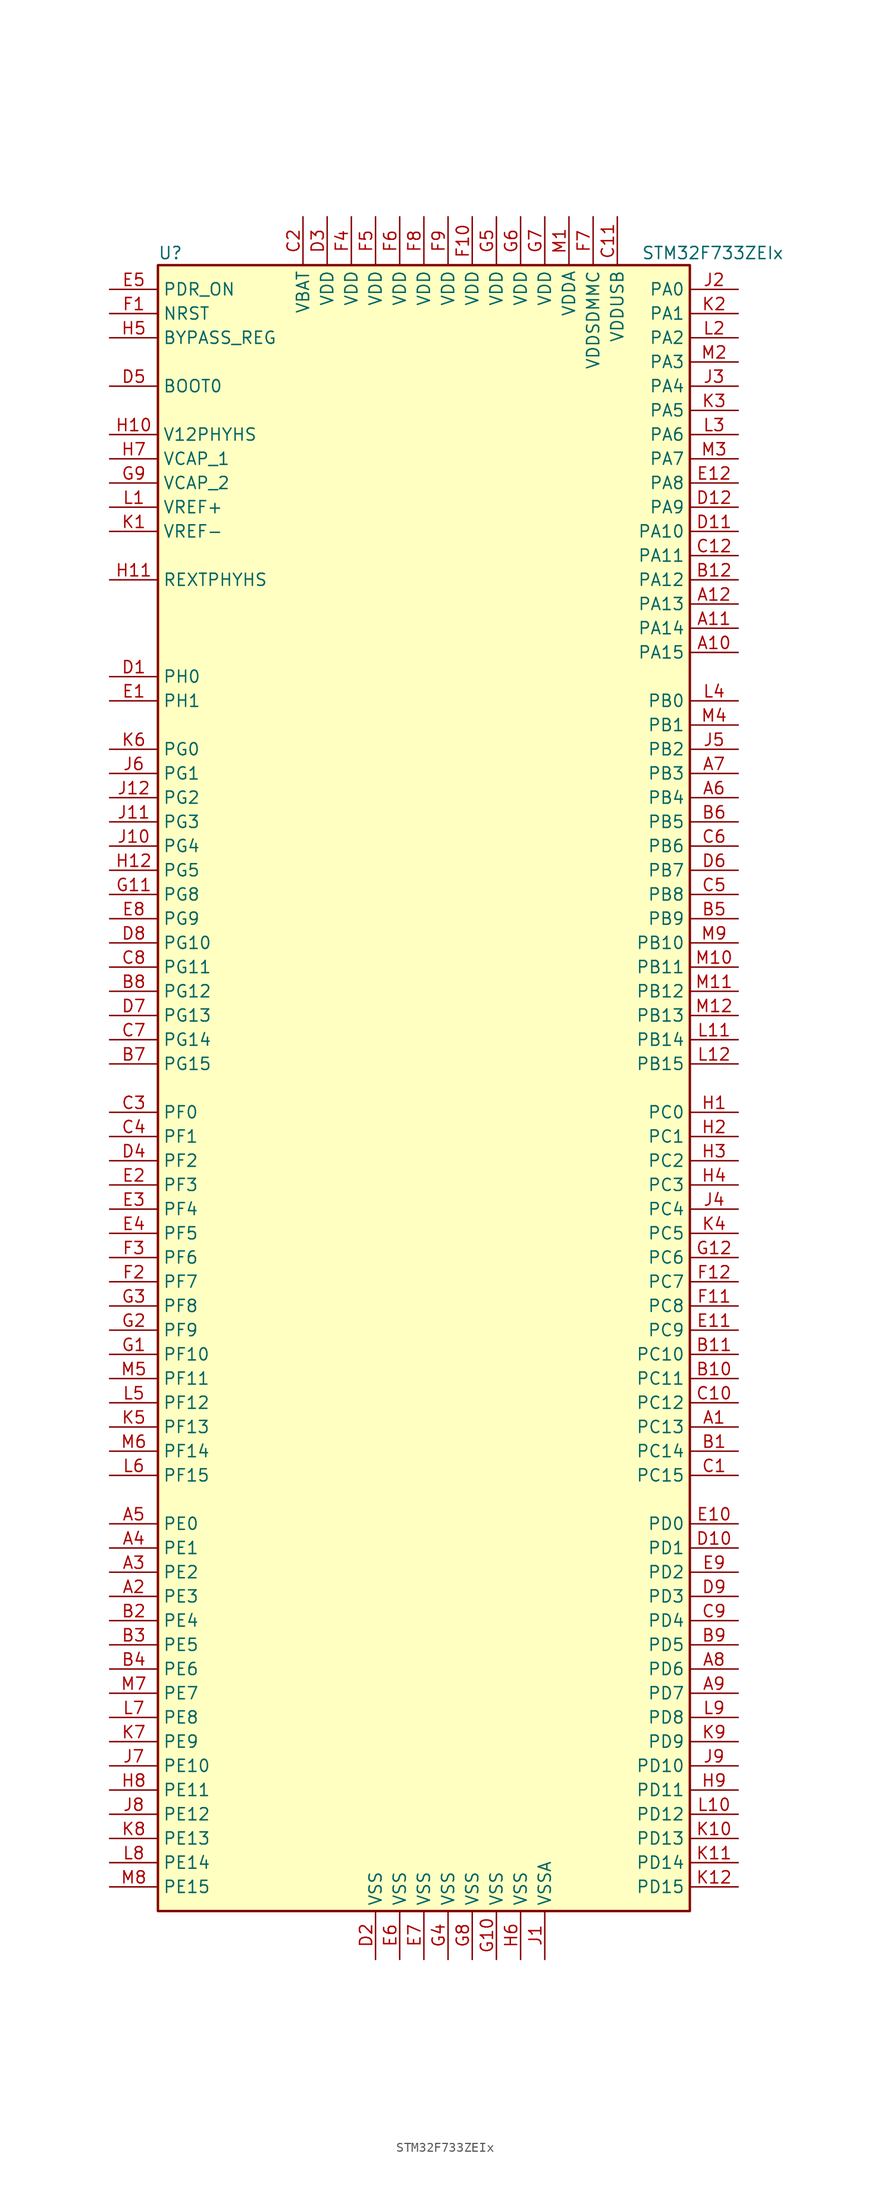
<source format=kicad_sym>
(kicad_symbol_lib
  (version 20201005)
  (generator kicad_symbol_editor)
  (symbol "STM32F733ZEIx"
    (property "Reference" "U"
      (at -27.94 87.63 0)
      (effects (font (size 1.27 1.27)) (justify left)))
    (property "Value" "STM32F733ZEIx"
      (at 22.86 87.63 0)
      (effects (font (size 1.27 1.27)) (justify left)))
    (symbol "STM32F733ZEIx_0_1"
      (rectangle (start -27.94 -86.36) (end 27.94 86.36) (stroke (width 0.254)) (fill (type background))))
    (symbol "STM32F733ZEIx_1_1"
      (pin input line (at -33.02 73.66 0) (length 5.08) (name "BOOT0" (effects (font (size 1.27 1.27)))) (number "D5" (effects (font (size 1.27 1.27)))))
      (pin input line (at -33.02 78.74 0) (length 5.08) (name "BYPASS_REG" (effects (font (size 1.27 1.27)))) (number "H5" (effects (font (size 1.27 1.27)))))
      (pin input line (at -33.02 81.28 0) (length 5.08) (name "NRST" (effects (font (size 1.27 1.27)))) (number "F1" (effects (font (size 1.27 1.27)))))
      (pin bidirectional line (at 33.02 83.82 180) (length 5.08) (name "PA0" (effects (font (size 1.27 1.27)))) (number "J2" (effects (font (size 1.27 1.27)))))
      (pin bidirectional line (at 33.02 81.28 180) (length 5.08) (name "PA1" (effects (font (size 1.27 1.27)))) (number "K2" (effects (font (size 1.27 1.27)))))
      (pin bidirectional line (at 33.02 58.42 180) (length 5.08) (name "PA10" (effects (font (size 1.27 1.27)))) (number "D11" (effects (font (size 1.27 1.27)))))
      (pin bidirectional line (at 33.02 55.88 180) (length 5.08) (name "PA11" (effects (font (size 1.27 1.27)))) (number "C12" (effects (font (size 1.27 1.27)))))
      (pin bidirectional line (at 33.02 53.34 180) (length 5.08) (name "PA12" (effects (font (size 1.27 1.27)))) (number "B12" (effects (font (size 1.27 1.27)))))
      (pin bidirectional line (at 33.02 50.8 180) (length 5.08) (name "PA13" (effects (font (size 1.27 1.27)))) (number "A12" (effects (font (size 1.27 1.27)))))
      (pin bidirectional line (at 33.02 48.26 180) (length 5.08) (name "PA14" (effects (font (size 1.27 1.27)))) (number "A11" (effects (font (size 1.27 1.27)))))
      (pin bidirectional line (at 33.02 45.72 180) (length 5.08) (name "PA15" (effects (font (size 1.27 1.27)))) (number "A10" (effects (font (size 1.27 1.27)))))
      (pin bidirectional line (at 33.02 78.74 180) (length 5.08) (name "PA2" (effects (font (size 1.27 1.27)))) (number "L2" (effects (font (size 1.27 1.27)))))
      (pin bidirectional line (at 33.02 76.2 180) (length 5.08) (name "PA3" (effects (font (size 1.27 1.27)))) (number "M2" (effects (font (size 1.27 1.27)))))
      (pin bidirectional line (at 33.02 73.66 180) (length 5.08) (name "PA4" (effects (font (size 1.27 1.27)))) (number "J3" (effects (font (size 1.27 1.27)))))
      (pin bidirectional line (at 33.02 71.12 180) (length 5.08) (name "PA5" (effects (font (size 1.27 1.27)))) (number "K3" (effects (font (size 1.27 1.27)))))
      (pin bidirectional line (at 33.02 68.58 180) (length 5.08) (name "PA6" (effects (font (size 1.27 1.27)))) (number "L3" (effects (font (size 1.27 1.27)))))
      (pin bidirectional line (at 33.02 66.04 180) (length 5.08) (name "PA7" (effects (font (size 1.27 1.27)))) (number "M3" (effects (font (size 1.27 1.27)))))
      (pin bidirectional line (at 33.02 63.5 180) (length 5.08) (name "PA8" (effects (font (size 1.27 1.27)))) (number "E12" (effects (font (size 1.27 1.27)))))
      (pin bidirectional line (at 33.02 60.96 180) (length 5.08) (name "PA9" (effects (font (size 1.27 1.27)))) (number "D12" (effects (font (size 1.27 1.27)))))
      (pin bidirectional line (at 33.02 40.64 180) (length 5.08) (name "PB0" (effects (font (size 1.27 1.27)))) (number "L4" (effects (font (size 1.27 1.27)))))
      (pin bidirectional line (at 33.02 38.1 180) (length 5.08) (name "PB1" (effects (font (size 1.27 1.27)))) (number "M4" (effects (font (size 1.27 1.27)))))
      (pin bidirectional line (at 33.02 15.24 180) (length 5.08) (name "PB10" (effects (font (size 1.27 1.27)))) (number "M9" (effects (font (size 1.27 1.27)))))
      (pin bidirectional line (at 33.02 12.7 180) (length 5.08) (name "PB11" (effects (font (size 1.27 1.27)))) (number "M10" (effects (font (size 1.27 1.27)))))
      (pin bidirectional line (at 33.02 10.16 180) (length 5.08) (name "PB12" (effects (font (size 1.27 1.27)))) (number "M11" (effects (font (size 1.27 1.27)))))
      (pin bidirectional line (at 33.02 7.62 180) (length 5.08) (name "PB13" (effects (font (size 1.27 1.27)))) (number "M12" (effects (font (size 1.27 1.27)))))
      (pin bidirectional line (at 33.02 5.08 180) (length 5.08) (name "PB14" (effects (font (size 1.27 1.27)))) (number "L11" (effects (font (size 1.27 1.27)))))
      (pin bidirectional line (at 33.02 2.54 180) (length 5.08) (name "PB15" (effects (font (size 1.27 1.27)))) (number "L12" (effects (font (size 1.27 1.27)))))
      (pin bidirectional line (at 33.02 35.56 180) (length 5.08) (name "PB2" (effects (font (size 1.27 1.27)))) (number "J5" (effects (font (size 1.27 1.27)))))
      (pin bidirectional line (at 33.02 33.02 180) (length 5.08) (name "PB3" (effects (font (size 1.27 1.27)))) (number "A7" (effects (font (size 1.27 1.27)))))
      (pin bidirectional line (at 33.02 30.48 180) (length 5.08) (name "PB4" (effects (font (size 1.27 1.27)))) (number "A6" (effects (font (size 1.27 1.27)))))
      (pin bidirectional line (at 33.02 27.94 180) (length 5.08) (name "PB5" (effects (font (size 1.27 1.27)))) (number "B6" (effects (font (size 1.27 1.27)))))
      (pin bidirectional line (at 33.02 25.4 180) (length 5.08) (name "PB6" (effects (font (size 1.27 1.27)))) (number "C6" (effects (font (size 1.27 1.27)))))
      (pin bidirectional line (at 33.02 22.86 180) (length 5.08) (name "PB7" (effects (font (size 1.27 1.27)))) (number "D6" (effects (font (size 1.27 1.27)))))
      (pin bidirectional line (at 33.02 20.32 180) (length 5.08) (name "PB8" (effects (font (size 1.27 1.27)))) (number "C5" (effects (font (size 1.27 1.27)))))
      (pin bidirectional line (at 33.02 17.78 180) (length 5.08) (name "PB9" (effects (font (size 1.27 1.27)))) (number "B5" (effects (font (size 1.27 1.27)))))
      (pin bidirectional line (at 33.02 -2.54 180) (length 5.08) (name "PC0" (effects (font (size 1.27 1.27)))) (number "H1" (effects (font (size 1.27 1.27)))))
      (pin bidirectional line (at 33.02 -5.08 180) (length 5.08) (name "PC1" (effects (font (size 1.27 1.27)))) (number "H2" (effects (font (size 1.27 1.27)))))
      (pin bidirectional line (at 33.02 -27.94 180) (length 5.08) (name "PC10" (effects (font (size 1.27 1.27)))) (number "B11" (effects (font (size 1.27 1.27)))))
      (pin bidirectional line (at 33.02 -30.48 180) (length 5.08) (name "PC11" (effects (font (size 1.27 1.27)))) (number "B10" (effects (font (size 1.27 1.27)))))
      (pin bidirectional line (at 33.02 -33.02 180) (length 5.08) (name "PC12" (effects (font (size 1.27 1.27)))) (number "C10" (effects (font (size 1.27 1.27)))))
      (pin bidirectional line (at 33.02 -35.56 180) (length 5.08) (name "PC13" (effects (font (size 1.27 1.27)))) (number "A1" (effects (font (size 1.27 1.27)))))
      (pin bidirectional line (at 33.02 -38.1 180) (length 5.08) (name "PC14" (effects (font (size 1.27 1.27)))) (number "B1" (effects (font (size 1.27 1.27)))))
      (pin bidirectional line (at 33.02 -40.64 180) (length 5.08) (name "PC15" (effects (font (size 1.27 1.27)))) (number "C1" (effects (font (size 1.27 1.27)))))
      (pin bidirectional line (at 33.02 -7.62 180) (length 5.08) (name "PC2" (effects (font (size 1.27 1.27)))) (number "H3" (effects (font (size 1.27 1.27)))))
      (pin bidirectional line (at 33.02 -10.16 180) (length 5.08) (name "PC3" (effects (font (size 1.27 1.27)))) (number "H4" (effects (font (size 1.27 1.27)))))
      (pin bidirectional line (at 33.02 -12.7 180) (length 5.08) (name "PC4" (effects (font (size 1.27 1.27)))) (number "J4" (effects (font (size 1.27 1.27)))))
      (pin bidirectional line (at 33.02 -15.24 180) (length 5.08) (name "PC5" (effects (font (size 1.27 1.27)))) (number "K4" (effects (font (size 1.27 1.27)))))
      (pin bidirectional line (at 33.02 -17.78 180) (length 5.08) (name "PC6" (effects (font (size 1.27 1.27)))) (number "G12" (effects (font (size 1.27 1.27)))))
      (pin bidirectional line (at 33.02 -20.32 180) (length 5.08) (name "PC7" (effects (font (size 1.27 1.27)))) (number "F12" (effects (font (size 1.27 1.27)))))
      (pin bidirectional line (at 33.02 -22.86 180) (length 5.08) (name "PC8" (effects (font (size 1.27 1.27)))) (number "F11" (effects (font (size 1.27 1.27)))))
      (pin bidirectional line (at 33.02 -25.4 180) (length 5.08) (name "PC9" (effects (font (size 1.27 1.27)))) (number "E11" (effects (font (size 1.27 1.27)))))
      (pin bidirectional line (at 33.02 -45.72 180) (length 5.08) (name "PD0" (effects (font (size 1.27 1.27)))) (number "E10" (effects (font (size 1.27 1.27)))))
      (pin bidirectional line (at 33.02 -48.26 180) (length 5.08) (name "PD1" (effects (font (size 1.27 1.27)))) (number "D10" (effects (font (size 1.27 1.27)))))
      (pin bidirectional line (at 33.02 -71.12 180) (length 5.08) (name "PD10" (effects (font (size 1.27 1.27)))) (number "J9" (effects (font (size 1.27 1.27)))))
      (pin bidirectional line (at 33.02 -73.66 180) (length 5.08) (name "PD11" (effects (font (size 1.27 1.27)))) (number "H9" (effects (font (size 1.27 1.27)))))
      (pin bidirectional line (at 33.02 -76.2 180) (length 5.08) (name "PD12" (effects (font (size 1.27 1.27)))) (number "L10" (effects (font (size 1.27 1.27)))))
      (pin bidirectional line (at 33.02 -78.74 180) (length 5.08) (name "PD13" (effects (font (size 1.27 1.27)))) (number "K10" (effects (font (size 1.27 1.27)))))
      (pin bidirectional line (at 33.02 -81.28 180) (length 5.08) (name "PD14" (effects (font (size 1.27 1.27)))) (number "K11" (effects (font (size 1.27 1.27)))))
      (pin bidirectional line (at 33.02 -83.82 180) (length 5.08) (name "PD15" (effects (font (size 1.27 1.27)))) (number "K12" (effects (font (size 1.27 1.27)))))
      (pin bidirectional line (at 33.02 -50.8 180) (length 5.08) (name "PD2" (effects (font (size 1.27 1.27)))) (number "E9" (effects (font (size 1.27 1.27)))))
      (pin bidirectional line (at 33.02 -53.34 180) (length 5.08) (name "PD3" (effects (font (size 1.27 1.27)))) (number "D9" (effects (font (size 1.27 1.27)))))
      (pin bidirectional line (at 33.02 -55.88 180) (length 5.08) (name "PD4" (effects (font (size 1.27 1.27)))) (number "C9" (effects (font (size 1.27 1.27)))))
      (pin bidirectional line (at 33.02 -58.42 180) (length 5.08) (name "PD5" (effects (font (size 1.27 1.27)))) (number "B9" (effects (font (size 1.27 1.27)))))
      (pin bidirectional line (at 33.02 -60.96 180) (length 5.08) (name "PD6" (effects (font (size 1.27 1.27)))) (number "A8" (effects (font (size 1.27 1.27)))))
      (pin bidirectional line (at 33.02 -63.5 180) (length 5.08) (name "PD7" (effects (font (size 1.27 1.27)))) (number "A9" (effects (font (size 1.27 1.27)))))
      (pin bidirectional line (at 33.02 -66.04 180) (length 5.08) (name "PD8" (effects (font (size 1.27 1.27)))) (number "L9" (effects (font (size 1.27 1.27)))))
      (pin bidirectional line (at 33.02 -68.58 180) (length 5.08) (name "PD9" (effects (font (size 1.27 1.27)))) (number "K9" (effects (font (size 1.27 1.27)))))
      (pin input line (at -33.02 83.82 0) (length 5.08) (name "PDR_ON" (effects (font (size 1.27 1.27)))) (number "E5" (effects (font (size 1.27 1.27)))))
      (pin bidirectional line (at -33.02 -45.72 0) (length 5.08) (name "PE0" (effects (font (size 1.27 1.27)))) (number "A5" (effects (font (size 1.27 1.27)))))
      (pin bidirectional line (at -33.02 -48.26 0) (length 5.08) (name "PE1" (effects (font (size 1.27 1.27)))) (number "A4" (effects (font (size 1.27 1.27)))))
      (pin bidirectional line (at -33.02 -71.12 0) (length 5.08) (name "PE10" (effects (font (size 1.27 1.27)))) (number "J7" (effects (font (size 1.27 1.27)))))
      (pin bidirectional line (at -33.02 -73.66 0) (length 5.08) (name "PE11" (effects (font (size 1.27 1.27)))) (number "H8" (effects (font (size 1.27 1.27)))))
      (pin bidirectional line (at -33.02 -76.2 0) (length 5.08) (name "PE12" (effects (font (size 1.27 1.27)))) (number "J8" (effects (font (size 1.27 1.27)))))
      (pin bidirectional line (at -33.02 -78.74 0) (length 5.08) (name "PE13" (effects (font (size 1.27 1.27)))) (number "K8" (effects (font (size 1.27 1.27)))))
      (pin bidirectional line (at -33.02 -81.28 0) (length 5.08) (name "PE14" (effects (font (size 1.27 1.27)))) (number "L8" (effects (font (size 1.27 1.27)))))
      (pin bidirectional line (at -33.02 -83.82 0) (length 5.08) (name "PE15" (effects (font (size 1.27 1.27)))) (number "M8" (effects (font (size 1.27 1.27)))))
      (pin bidirectional line (at -33.02 -50.8 0) (length 5.08) (name "PE2" (effects (font (size 1.27 1.27)))) (number "A3" (effects (font (size 1.27 1.27)))))
      (pin bidirectional line (at -33.02 -53.34 0) (length 5.08) (name "PE3" (effects (font (size 1.27 1.27)))) (number "A2" (effects (font (size 1.27 1.27)))))
      (pin bidirectional line (at -33.02 -55.88 0) (length 5.08) (name "PE4" (effects (font (size 1.27 1.27)))) (number "B2" (effects (font (size 1.27 1.27)))))
      (pin bidirectional line (at -33.02 -58.42 0) (length 5.08) (name "PE5" (effects (font (size 1.27 1.27)))) (number "B3" (effects (font (size 1.27 1.27)))))
      (pin bidirectional line (at -33.02 -60.96 0) (length 5.08) (name "PE6" (effects (font (size 1.27 1.27)))) (number "B4" (effects (font (size 1.27 1.27)))))
      (pin bidirectional line (at -33.02 -63.5 0) (length 5.08) (name "PE7" (effects (font (size 1.27 1.27)))) (number "M7" (effects (font (size 1.27 1.27)))))
      (pin bidirectional line (at -33.02 -66.04 0) (length 5.08) (name "PE8" (effects (font (size 1.27 1.27)))) (number "L7" (effects (font (size 1.27 1.27)))))
      (pin bidirectional line (at -33.02 -68.58 0) (length 5.08) (name "PE9" (effects (font (size 1.27 1.27)))) (number "K7" (effects (font (size 1.27 1.27)))))
      (pin bidirectional line (at -33.02 -2.54 0) (length 5.08) (name "PF0" (effects (font (size 1.27 1.27)))) (number "C3" (effects (font (size 1.27 1.27)))))
      (pin bidirectional line (at -33.02 -5.08 0) (length 5.08) (name "PF1" (effects (font (size 1.27 1.27)))) (number "C4" (effects (font (size 1.27 1.27)))))
      (pin bidirectional line (at -33.02 -27.94 0) (length 5.08) (name "PF10" (effects (font (size 1.27 1.27)))) (number "G1" (effects (font (size 1.27 1.27)))))
      (pin bidirectional line (at -33.02 -30.48 0) (length 5.08) (name "PF11" (effects (font (size 1.27 1.27)))) (number "M5" (effects (font (size 1.27 1.27)))))
      (pin bidirectional line (at -33.02 -33.02 0) (length 5.08) (name "PF12" (effects (font (size 1.27 1.27)))) (number "L5" (effects (font (size 1.27 1.27)))))
      (pin bidirectional line (at -33.02 -35.56 0) (length 5.08) (name "PF13" (effects (font (size 1.27 1.27)))) (number "K5" (effects (font (size 1.27 1.27)))))
      (pin bidirectional line (at -33.02 -38.1 0) (length 5.08) (name "PF14" (effects (font (size 1.27 1.27)))) (number "M6" (effects (font (size 1.27 1.27)))))
      (pin bidirectional line (at -33.02 -40.64 0) (length 5.08) (name "PF15" (effects (font (size 1.27 1.27)))) (number "L6" (effects (font (size 1.27 1.27)))))
      (pin bidirectional line (at -33.02 -7.62 0) (length 5.08) (name "PF2" (effects (font (size 1.27 1.27)))) (number "D4" (effects (font (size 1.27 1.27)))))
      (pin bidirectional line (at -33.02 -10.16 0) (length 5.08) (name "PF3" (effects (font (size 1.27 1.27)))) (number "E2" (effects (font (size 1.27 1.27)))))
      (pin bidirectional line (at -33.02 -12.7 0) (length 5.08) (name "PF4" (effects (font (size 1.27 1.27)))) (number "E3" (effects (font (size 1.27 1.27)))))
      (pin bidirectional line (at -33.02 -15.24 0) (length 5.08) (name "PF5" (effects (font (size 1.27 1.27)))) (number "E4" (effects (font (size 1.27 1.27)))))
      (pin bidirectional line (at -33.02 -17.78 0) (length 5.08) (name "PF6" (effects (font (size 1.27 1.27)))) (number "F3" (effects (font (size 1.27 1.27)))))
      (pin bidirectional line (at -33.02 -20.32 0) (length 5.08) (name "PF7" (effects (font (size 1.27 1.27)))) (number "F2" (effects (font (size 1.27 1.27)))))
      (pin bidirectional line (at -33.02 -22.86 0) (length 5.08) (name "PF8" (effects (font (size 1.27 1.27)))) (number "G3" (effects (font (size 1.27 1.27)))))
      (pin bidirectional line (at -33.02 -25.4 0) (length 5.08) (name "PF9" (effects (font (size 1.27 1.27)))) (number "G2" (effects (font (size 1.27 1.27)))))
      (pin bidirectional line (at -33.02 35.56 0) (length 5.08) (name "PG0" (effects (font (size 1.27 1.27)))) (number "K6" (effects (font (size 1.27 1.27)))))
      (pin bidirectional line (at -33.02 33.02 0) (length 5.08) (name "PG1" (effects (font (size 1.27 1.27)))) (number "J6" (effects (font (size 1.27 1.27)))))
      (pin bidirectional line (at -33.02 15.24 0) (length 5.08) (name "PG10" (effects (font (size 1.27 1.27)))) (number "D8" (effects (font (size 1.27 1.27)))))
      (pin bidirectional line (at -33.02 12.7 0) (length 5.08) (name "PG11" (effects (font (size 1.27 1.27)))) (number "C8" (effects (font (size 1.27 1.27)))))
      (pin bidirectional line (at -33.02 10.16 0) (length 5.08) (name "PG12" (effects (font (size 1.27 1.27)))) (number "B8" (effects (font (size 1.27 1.27)))))
      (pin bidirectional line (at -33.02 7.62 0) (length 5.08) (name "PG13" (effects (font (size 1.27 1.27)))) (number "D7" (effects (font (size 1.27 1.27)))))
      (pin bidirectional line (at -33.02 5.08 0) (length 5.08) (name "PG14" (effects (font (size 1.27 1.27)))) (number "C7" (effects (font (size 1.27 1.27)))))
      (pin bidirectional line (at -33.02 2.54 0) (length 5.08) (name "PG15" (effects (font (size 1.27 1.27)))) (number "B7" (effects (font (size 1.27 1.27)))))
      (pin bidirectional line (at -33.02 30.48 0) (length 5.08) (name "PG2" (effects (font (size 1.27 1.27)))) (number "J12" (effects (font (size 1.27 1.27)))))
      (pin bidirectional line (at -33.02 27.94 0) (length 5.08) (name "PG3" (effects (font (size 1.27 1.27)))) (number "J11" (effects (font (size 1.27 1.27)))))
      (pin bidirectional line (at -33.02 25.4 0) (length 5.08) (name "PG4" (effects (font (size 1.27 1.27)))) (number "J10" (effects (font (size 1.27 1.27)))))
      (pin bidirectional line (at -33.02 22.86 0) (length 5.08) (name "PG5" (effects (font (size 1.27 1.27)))) (number "H12" (effects (font (size 1.27 1.27)))))
      (pin bidirectional line (at -33.02 20.32 0) (length 5.08) (name "PG8" (effects (font (size 1.27 1.27)))) (number "G11" (effects (font (size 1.27 1.27)))))
      (pin bidirectional line (at -33.02 17.78 0) (length 5.08) (name "PG9" (effects (font (size 1.27 1.27)))) (number "E8" (effects (font (size 1.27 1.27)))))
      (pin input line (at -33.02 43.18 0) (length 5.08) (name "PH0" (effects (font (size 1.27 1.27)))) (number "D1" (effects (font (size 1.27 1.27)))))
      (pin input line (at -33.02 40.64 0) (length 5.08) (name "PH1" (effects (font (size 1.27 1.27)))) (number "E1" (effects (font (size 1.27 1.27)))))
      (pin bidirectional line (at -33.02 53.34 0) (length 5.08) (name "REXTPHYHS" (effects (font (size 1.27 1.27)))) (number "H11" (effects (font (size 1.27 1.27)))))
      (pin power_in line (at -33.02 68.58 0) (length 5.08) (name "V12PHYHS" (effects (font (size 1.27 1.27)))) (number "H10" (effects (font (size 1.27 1.27)))))
      (pin power_in line (at -12.7 91.44 270) (length 5.08) (name "VBAT" (effects (font (size 1.27 1.27)))) (number "C2" (effects (font (size 1.27 1.27)))))
      (pin power_in line (at -33.02 66.04 0) (length 5.08) (name "VCAP_1" (effects (font (size 1.27 1.27)))) (number "H7" (effects (font (size 1.27 1.27)))))
      (pin power_in line (at -33.02 63.5 0) (length 5.08) (name "VCAP_2" (effects (font (size 1.27 1.27)))) (number "G9" (effects (font (size 1.27 1.27)))))
      (pin power_in line (at -10.16 91.44 270) (length 5.08) (name "VDD" (effects (font (size 1.27 1.27)))) (number "D3" (effects (font (size 1.27 1.27)))))
      (pin power_in line (at 5.08 91.44 270) (length 5.08) (name "VDD" (effects (font (size 1.27 1.27)))) (number "F10" (effects (font (size 1.27 1.27)))))
      (pin power_in line (at -7.62 91.44 270) (length 5.08) (name "VDD" (effects (font (size 1.27 1.27)))) (number "F4" (effects (font (size 1.27 1.27)))))
      (pin power_in line (at -5.08 91.44 270) (length 5.08) (name "VDD" (effects (font (size 1.27 1.27)))) (number "F5" (effects (font (size 1.27 1.27)))))
      (pin power_in line (at -2.54 91.44 270) (length 5.08) (name "VDD" (effects (font (size 1.27 1.27)))) (number "F6" (effects (font (size 1.27 1.27)))))
      (pin power_in line (at 0 91.44 270) (length 5.08) (name "VDD" (effects (font (size 1.27 1.27)))) (number "F8" (effects (font (size 1.27 1.27)))))
      (pin power_in line (at 2.54 91.44 270) (length 5.08) (name "VDD" (effects (font (size 1.27 1.27)))) (number "F9" (effects (font (size 1.27 1.27)))))
      (pin power_in line (at 7.62 91.44 270) (length 5.08) (name "VDD" (effects (font (size 1.27 1.27)))) (number "G5" (effects (font (size 1.27 1.27)))))
      (pin power_in line (at 10.16 91.44 270) (length 5.08) (name "VDD" (effects (font (size 1.27 1.27)))) (number "G6" (effects (font (size 1.27 1.27)))))
      (pin power_in line (at 12.7 91.44 270) (length 5.08) (name "VDD" (effects (font (size 1.27 1.27)))) (number "G7" (effects (font (size 1.27 1.27)))))
      (pin power_in line (at 15.24 91.44 270) (length 5.08) (name "VDDA" (effects (font (size 1.27 1.27)))) (number "M1" (effects (font (size 1.27 1.27)))))
      (pin power_in line (at 17.78 91.44 270) (length 5.08) (name "VDDSDMMC" (effects (font (size 1.27 1.27)))) (number "F7" (effects (font (size 1.27 1.27)))))
      (pin power_in line (at 20.32 91.44 270) (length 5.08) (name "VDDUSB" (effects (font (size 1.27 1.27)))) (number "C11" (effects (font (size 1.27 1.27)))))
      (pin power_in line (at -33.02 60.96 0) (length 5.08) (name "VREF+" (effects (font (size 1.27 1.27)))) (number "L1" (effects (font (size 1.27 1.27)))))
      (pin power_in line (at -33.02 58.42 0) (length 5.08) (name "VREF-" (effects (font (size 1.27 1.27)))) (number "K1" (effects (font (size 1.27 1.27)))))
      (pin power_in line (at -5.08 -91.44 90) (length 5.08) (name "VSS" (effects (font (size 1.27 1.27)))) (number "D2" (effects (font (size 1.27 1.27)))))
      (pin power_in line (at -2.54 -91.44 90) (length 5.08) (name "VSS" (effects (font (size 1.27 1.27)))) (number "E6" (effects (font (size 1.27 1.27)))))
      (pin power_in line (at 0 -91.44 90) (length 5.08) (name "VSS" (effects (font (size 1.27 1.27)))) (number "E7" (effects (font (size 1.27 1.27)))))
      (pin power_in line (at 7.62 -91.44 90) (length 5.08) (name "VSS" (effects (font (size 1.27 1.27)))) (number "G10" (effects (font (size 1.27 1.27)))))
      (pin power_in line (at 2.54 -91.44 90) (length 5.08) (name "VSS" (effects (font (size 1.27 1.27)))) (number "G4" (effects (font (size 1.27 1.27)))))
      (pin power_in line (at 5.08 -91.44 90) (length 5.08) (name "VSS" (effects (font (size 1.27 1.27)))) (number "G8" (effects (font (size 1.27 1.27)))))
      (pin power_in line (at 10.16 -91.44 90) (length 5.08) (name "VSS" (effects (font (size 1.27 1.27)))) (number "H6" (effects (font (size 1.27 1.27)))))
      (pin power_in line (at 12.7 -91.44 90) (length 5.08) (name "VSSA" (effects (font (size 1.27 1.27)))) (number "J1" (effects (font (size 1.27 1.27))))))))
</source>
